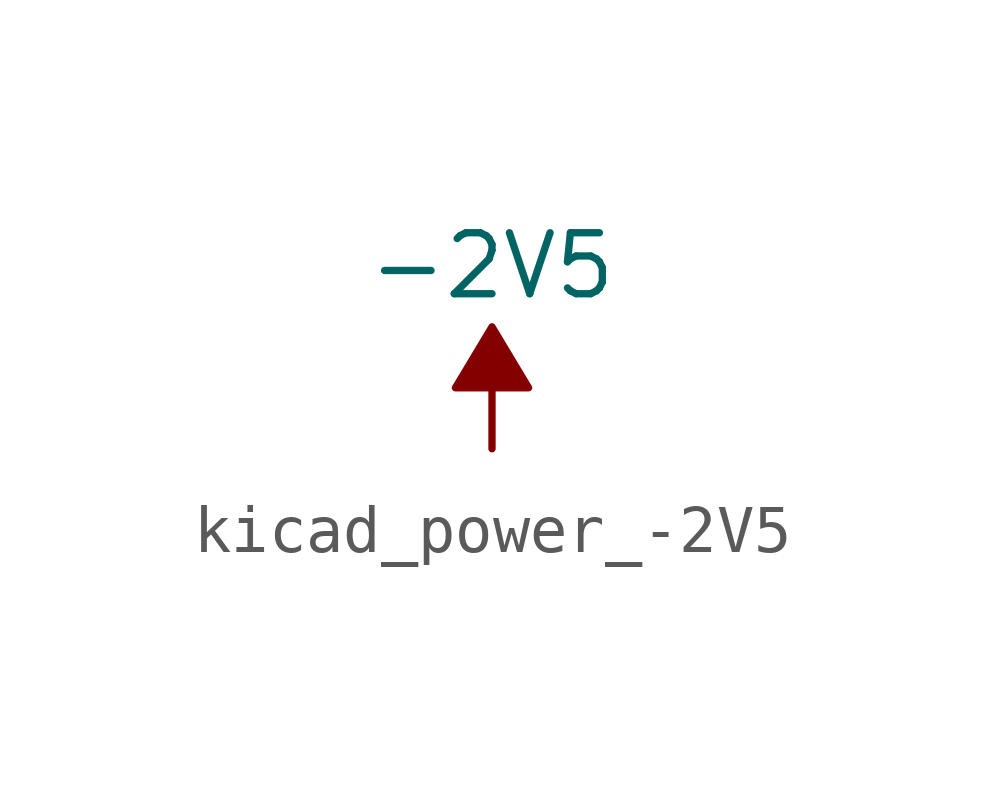
<source format=kicad_sym>
(kicad_symbol_lib
  (version 20220914)
  (generator kicad_symbol_editor)
  (symbol "kicad_power_-2V5"
    (power)
    (pin_names
      (offset 0))
    (property "Reference" "#PWR"
      (at 0 2.54 0)
      (effects (font (size 1.27 1.27)) hide))
    (property "Value" "-2V5"
      (at 0 3.81 0)
      (effects (font (size 1.27 1.27))))
    (symbol "kicad_power_-2V5_0_0"
      (pin power_in line (at 0 0 90) (length 0) hide (name "-2V5" (effects (font (size 1.27 1.27)))) (number "1" (effects (font (size 1.27 1.27))))))
    (symbol "kicad_power_-2V5_0_1"
      (polyline (pts (xy 0 0) (xy 0 1.27) (xy 0.762 1.27) (xy 0 2.54) (xy -0.762 1.27) (xy 0 1.27)) (stroke (width 0) (type default)) (fill (type outline))))))
</source>
